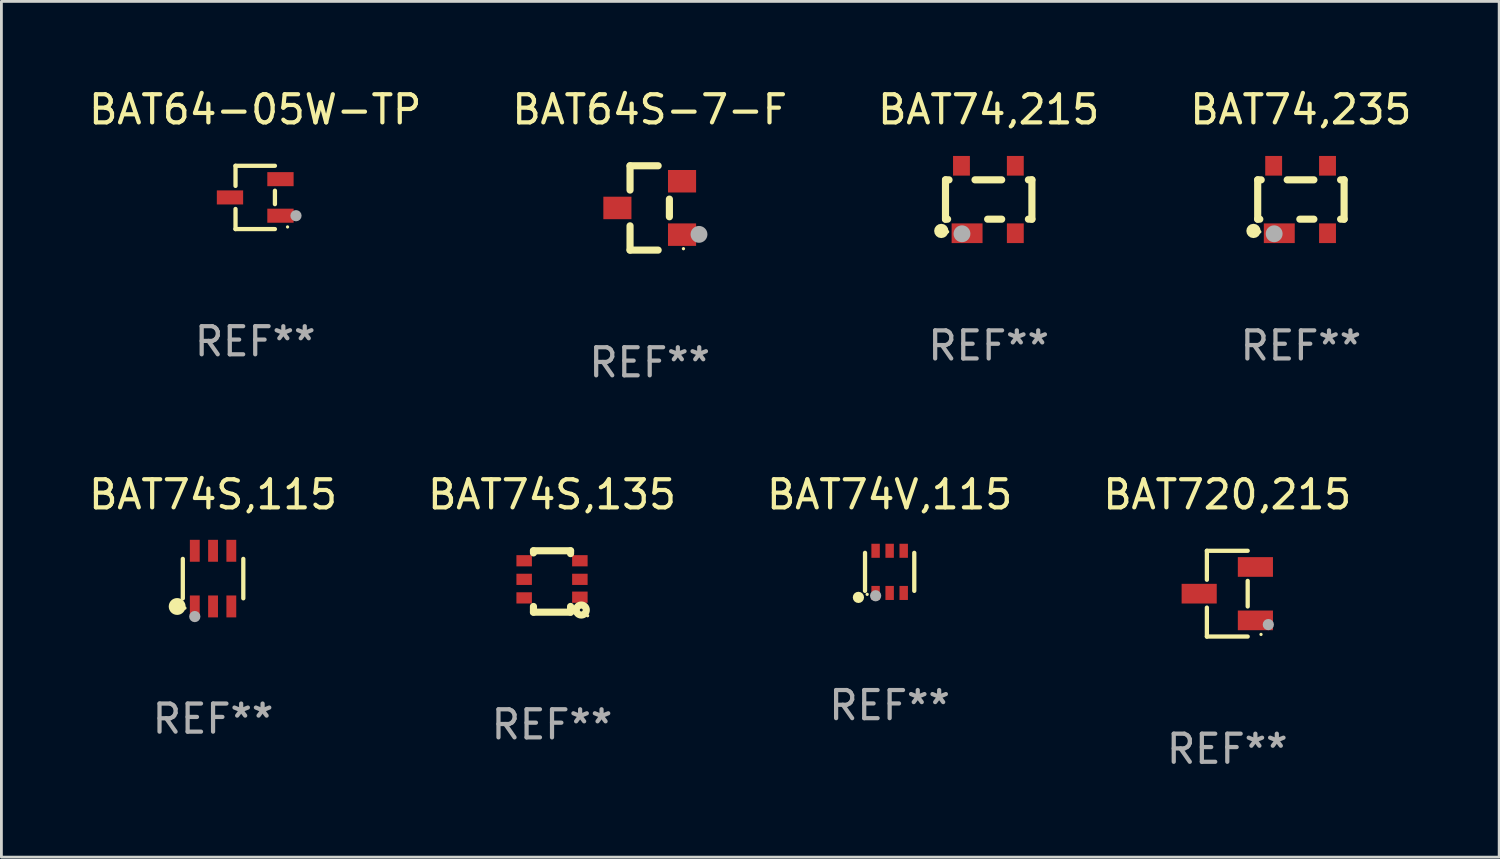
<source format=kicad_pcb>
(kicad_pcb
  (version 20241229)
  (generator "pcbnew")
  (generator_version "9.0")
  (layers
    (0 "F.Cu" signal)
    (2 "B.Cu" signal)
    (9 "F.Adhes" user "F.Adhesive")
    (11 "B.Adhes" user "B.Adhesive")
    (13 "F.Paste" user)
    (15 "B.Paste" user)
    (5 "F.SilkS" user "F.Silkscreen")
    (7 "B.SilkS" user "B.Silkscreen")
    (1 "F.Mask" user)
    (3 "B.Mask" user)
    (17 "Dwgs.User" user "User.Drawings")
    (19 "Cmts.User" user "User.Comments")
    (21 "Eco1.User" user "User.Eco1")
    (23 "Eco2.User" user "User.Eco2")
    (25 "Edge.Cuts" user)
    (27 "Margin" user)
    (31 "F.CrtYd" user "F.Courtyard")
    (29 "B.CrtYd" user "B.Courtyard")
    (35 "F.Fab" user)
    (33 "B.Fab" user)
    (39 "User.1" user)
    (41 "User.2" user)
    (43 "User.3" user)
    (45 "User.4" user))
  (footprint "BAT64-05W-TP"
    (layer "F.Cu")
    (at 6.03 3.974)
    (property "Reference" "BAT64-05W-TP" (at 0 -3.126 0) (layer "F.SilkS") (effects (font (size 1 1) (thickness 0.15))))
    (attr through_hole)
    (fp_line (start -0.701 -1.126) (end -0.701 -0.411) (stroke (width 0.152) (type solid)) (layer "F.SilkS"))
    (fp_line (start -0.701 1.126) (end -0.701 0.411) (stroke (width 0.152) (type solid)) (layer "F.SilkS"))
    (fp_line (start 0.701 -1.126) (end -0.701 -1.126) (stroke (width 0.152) (type solid)) (layer "F.SilkS"))
    (fp_line (start 0.701 -0.239) (end 0.701 0.239) (stroke (width 0.152) (type solid)) (layer "F.SilkS"))
    (fp_line (start 0.701 1.126) (end -0.701 1.126) (stroke (width 0.152) (type solid)) (layer "F.SilkS"))
    (fp_circle (center 1.15 1.05) (end 1.18 1.05) (stroke (width 0.06) (type solid)) (fill no) (layer "F.SilkS"))
    (fp_circle (center 1.45 0.65) (end 1.55 0.65) (stroke (width 0.2) (type solid)) (fill no) (layer "F.Fab"))
    (fp_text user "REF**" (at 0 5.126 0) (layer "F.Fab") (effects (font (size 1 1) (thickness 0.15))))
    (pad "1" smd rect (at 0.898 0.65) (size 0.936 0.5) (layers "F.Cu" "F.Mask" "F.Paste"))
    (pad "2" smd rect (at 0.898 -0.65) (size 0.936 0.5) (layers "F.Cu" "F.Mask" "F.Paste"))
    (pad "3" smd rect (at -0.898 0) (size 0.936 0.5) (layers "F.Cu" "F.Mask" "F.Paste")))
  (footprint "BAT64S-7-F"
    (layer "F.Cu")
    (at 20.065 4.348)
    (property "Reference" "BAT64S-7-F" (at 0 -3.5 0) (layer "F.SilkS") (effects (font (size 1 1) (thickness 0.15))))
    (attr through_hole)
    (fp_line (start -0.7 -1.5) (end 0.3 -1.5) (stroke (width 0.254) (type solid)) (layer "F.SilkS"))
    (fp_line (start -0.7 -0.636) (end -0.7 -1.5) (stroke (width 0.254) (type solid)) (layer "F.SilkS"))
    (fp_line (start -0.7 1.5) (end -0.7 0.636) (stroke (width 0.254) (type solid)) (layer "F.SilkS"))
    (fp_line (start -0.7 1.5) (end 0.3 1.5) (stroke (width 0.254) (type solid)) (layer "F.SilkS"))
    (fp_line (start 0.7 0.314) (end 0.7 -0.314) (stroke (width 0.254) (type solid)) (layer "F.SilkS"))
    (fp_circle (center 1.2 1.45) (end 1.23 1.45) (stroke (width 0.06) (type solid)) (fill no) (layer "F.SilkS"))
    (fp_circle (center 1.753 0.94) (end 1.903 0.94) (stroke (width 0.3) (type solid)) (fill no) (layer "F.Fab"))
    (fp_text user "REF**" (at 0 5.5 0) (layer "F.Fab") (effects (font (size 1 1) (thickness 0.15))))
    (pad "1" smd rect (at 1.15 0.95 180) (size 1 0.8) (layers "F.Cu" "F.Mask" "F.Paste"))
    (pad "2" smd rect (at 1.15 -0.95 180) (size 1 0.8) (layers "F.Cu" "F.Mask" "F.Paste"))
    (pad "3" smd rect (at -1.15 -0.000051 180) (size 1 0.8) (layers "F.Cu" "F.Mask" "F.Paste")))
  (footprint "BAT74,235"
    (layer "F.Cu")
    (at 43.232 4.048)
    (property "Reference" "BAT74,235" (at 0 -3.2 0) (layer "F.SilkS") (effects (font (size 1 1) (thickness 0.15))))
    (attr through_hole)
    (fp_line (start -1.537 -0.7) (end -1.412 -0.7) (stroke (width 0.254) (type solid)) (layer "F.SilkS"))
    (fp_line (start -1.537 0.7) (end -1.537 -0.7) (stroke (width 0.254) (type solid)) (layer "F.SilkS"))
    (fp_line (start -1.537 0.7) (end -1.462 0.7) (stroke (width 0.254) (type solid)) (layer "F.SilkS"))
    (fp_line (start -0.488 -0.7) (end 0.462 -0.7) (stroke (width 0.254) (type solid)) (layer "F.SilkS"))
    (fp_line (start -0.038 0.7) (end 0.462 0.7) (stroke (width 0.254) (type solid)) (layer "F.SilkS"))
    (fp_line (start 1.412 -0.7) (end 1.537 -0.7) (stroke (width 0.254) (type solid)) (layer "F.SilkS"))
    (fp_line (start 1.412 0.7) (end 1.537 0.7) (stroke (width 0.254) (type solid)) (layer "F.SilkS"))
    (fp_line (start 1.537 0.7) (end 1.537 -0.7) (stroke (width 0.254) (type solid)) (layer "F.SilkS"))
    (fp_circle (center -1.687 1.118) (end -1.56 1.118) (stroke (width 0.254) (type solid)) (fill no) (layer "F.SilkS"))
    (fp_circle (center -1.461 1.15) (end -1.431 1.15) (stroke (width 0.06) (type solid)) (fill no) (layer "F.SilkS"))
    (fp_circle (center -0.951 1.219) (end -0.801 1.219) (stroke (width 0.3) (type solid)) (fill no) (layer "F.Fab"))
    (fp_text user "REF**" (at 0 5.2 0) (layer "F.Fab") (effects (font (size 1 1) (thickness 0.15))))
    (pad "1" smd rect (at -0.769 1.2) (size 1.1 0.7) (layers "F.Cu" "F.Mask" "F.Paste"))
    (pad "2" smd rect (at 0.947 1.2) (size 0.6 0.7) (layers "F.Cu" "F.Mask" "F.Paste"))
    (pad "3" smd rect (at 0.947 -1.2) (size 0.6 0.7) (layers "F.Cu" "F.Mask" "F.Paste"))
    (pad "4" smd rect (at -0.969 -1.2) (size 0.6 0.7) (layers "F.Cu" "F.Mask" "F.Paste")))
  (footprint "BAT74V,115"
    (layer "F.Cu")
    (at 28.601 17.295)
    (property "Reference" "BAT74V,115" (at 0 -2.75 0) (layer "F.SilkS") (effects (font (size 1 1) (thickness 0.15))))
    (attr through_hole)
    (fp_line (start -0.876 0.676) (end -0.876 -0.676) (stroke (width 0.152) (type solid)) (layer "F.SilkS"))
    (fp_line (start 0.876 0.676) (end 0.876 -0.676) (stroke (width 0.152) (type solid)) (layer "F.SilkS"))
    (fp_circle (center -1.111 0.908) (end -1.011 0.908) (stroke (width 0.2) (type solid)) (fill no) (layer "F.SilkS"))
    (fp_circle (center -0.8 0.8) (end -0.77 0.8) (stroke (width 0.06) (type solid)) (fill no) (layer "F.SilkS"))
    (fp_circle (center -0.499 0.85) (end -0.399 0.85) (stroke (width 0.2) (type solid)) (fill no) (layer "F.Fab"))
    (fp_text user "REF**" (at 0 4.75 0) (layer "F.Fab") (effects (font (size 1 1) (thickness 0.15))))
    (pad "1" smd rect (at -0.5 0.75) (size 0.3 0.5) (layers "F.Cu" "F.Mask" "F.Paste"))
    (pad "2" smd rect (at 0 0.75) (size 0.3 0.5) (layers "F.Cu" "F.Mask" "F.Paste"))
    (pad "3" smd rect (at 0.5 0.75) (size 0.3 0.5) (layers "F.Cu" "F.Mask" "F.Paste"))
    (pad "4" smd rect (at 0.5 -0.75) (size 0.3 0.5) (layers "F.Cu" "F.Mask" "F.Paste"))
    (pad "5" smd rect (at 0 -0.75) (size 0.3 0.5) (layers "F.Cu" "F.Mask" "F.Paste"))
    (pad "6" smd rect (at -0.5 -0.75) (size 0.3 0.5) (layers "F.Cu" "F.Mask" "F.Paste")))
  (footprint "BAT74S,115"
    (layer "F.Cu")
    (at 4.53 17.535)
    (property "Reference" "BAT74S,115" (at 0 -2.99 0) (layer "F.SilkS") (effects (font (size 1 1) (thickness 0.15))))
    (attr through_hole)
    (fp_line (start -1.076 0.701) (end -1.076 -0.701) (stroke (width 0.152) (type solid)) (layer "F.SilkS"))
    (fp_line (start 1.076 0.701) (end 1.076 -0.701) (stroke (width 0.152) (type solid)) (layer "F.SilkS"))
    (fp_circle (center -1.277 0.992) (end -1.127 0.992) (stroke (width 0.3) (type solid)) (fill no) (layer "F.SilkS"))
    (fp_circle (center -1 1.05) (end -0.97 1.05) (stroke (width 0.06) (type solid)) (fill no) (layer "F.SilkS"))
    (fp_circle (center -0.65 1.35) (end -0.55 1.35) (stroke (width 0.2) (type solid)) (fill no) (layer "F.Fab"))
    (fp_text user "REF**" (at 0 4.99 0) (layer "F.Fab") (effects (font (size 1 1) (thickness 0.15))))
    (pad "1" smd rect (at -0.65 0.99) (size 0.35 0.78) (layers "F.Cu" "F.Mask" "F.Paste"))
    (pad "2" smd rect (at 0 0.99) (size 0.35 0.78) (layers "F.Cu" "F.Mask" "F.Paste"))
    (pad "3" smd rect (at 0.65 0.99) (size 0.35 0.78) (layers "F.Cu" "F.Mask" "F.Paste"))
    (pad "4" smd rect (at 0.65 -0.99) (size 0.35 0.78) (layers "F.Cu" "F.Mask" "F.Paste"))
    (pad "5" smd rect (at 0 -0.99) (size 0.35 0.78) (layers "F.Cu" "F.Mask" "F.Paste"))
    (pad "6" smd rect (at -0.65 -0.99) (size 0.35 0.78) (layers "F.Cu" "F.Mask" "F.Paste")))
  (footprint "BAT720,215"
    (layer "F.Cu")
    (at 40.613 18.071)
    (property "Reference" "BAT720,215" (at 0 -3.526 0) (layer "F.SilkS") (effects (font (size 1 1) (thickness 0.15))))
    (attr through_hole)
    (fp_line (start -0.726 -1.526) (end -0.726 -0.495) (stroke (width 0.152) (type solid)) (layer "F.SilkS"))
    (fp_line (start -0.726 1.526) (end -0.726 0.495) (stroke (width 0.152) (type solid)) (layer "F.SilkS"))
    (fp_line (start 0.726 -1.526) (end -0.726 -1.526) (stroke (width 0.152) (type solid)) (layer "F.SilkS"))
    (fp_line (start 0.726 -0.455) (end 0.726 0.455) (stroke (width 0.152) (type solid)) (layer "F.SilkS"))
    (fp_line (start 0.726 1.526) (end -0.726 1.526) (stroke (width 0.152) (type solid)) (layer "F.SilkS"))
    (fp_circle (center 1.2 1.45) (end 1.23 1.45) (stroke (width 0.06) (type solid)) (fill no) (layer "F.SilkS"))
    (fp_circle (center 1.46 1.1) (end 1.56 1.1) (stroke (width 0.2) (type solid)) (fill no) (layer "F.Fab"))
    (fp_text user "REF**" (at 0 5.526 0) (layer "F.Fab") (effects (font (size 1 1) (thickness 0.15))))
    (pad "1" smd rect (at 1 0.95) (size 1.25 0.7) (layers "F.Cu" "F.Mask" "F.Paste"))
    (pad "2" smd rect (at 1 -0.95) (size 1.25 0.7) (layers "F.Cu" "F.Mask" "F.Paste"))
    (pad "3" smd rect (at -1 0) (size 1.25 0.7) (layers "F.Cu" "F.Mask" "F.Paste")))
  (footprint "BAT74,215"
    (layer "F.Cu")
    (at 32.125 4.048)
    (property "Reference" "BAT74,215" (at 0 -3.2 0) (layer "F.SilkS") (effects (font (size 1 1) (thickness 0.15))))
    (attr through_hole)
    (fp_line (start -1.537 -0.7) (end -1.412 -0.7) (stroke (width 0.254) (type solid)) (layer "F.SilkS"))
    (fp_line (start -1.537 0.7) (end -1.537 -0.7) (stroke (width 0.254) (type solid)) (layer "F.SilkS"))
    (fp_line (start -1.537 0.7) (end -1.462 0.7) (stroke (width 0.254) (type solid)) (layer "F.SilkS"))
    (fp_line (start -0.488 -0.7) (end 0.462 -0.7) (stroke (width 0.254) (type solid)) (layer "F.SilkS"))
    (fp_line (start -0.038 0.7) (end 0.462 0.7) (stroke (width 0.254) (type solid)) (layer "F.SilkS"))
    (fp_line (start 1.412 -0.7) (end 1.537 -0.7) (stroke (width 0.254) (type solid)) (layer "F.SilkS"))
    (fp_line (start 1.412 0.7) (end 1.537 0.7) (stroke (width 0.254) (type solid)) (layer "F.SilkS"))
    (fp_line (start 1.537 0.7) (end 1.537 -0.7) (stroke (width 0.254) (type solid)) (layer "F.SilkS"))
    (fp_circle (center -1.687 1.118) (end -1.56 1.118) (stroke (width 0.254) (type solid)) (fill no) (layer "F.SilkS"))
    (fp_circle (center -1.461 1.15) (end -1.431 1.15) (stroke (width 0.06) (type solid)) (fill no) (layer "F.SilkS"))
    (fp_circle (center -0.951 1.219) (end -0.801 1.219) (stroke (width 0.3) (type solid)) (fill no) (layer "F.Fab"))
    (fp_text user "REF**" (at 0 5.2 0) (layer "F.Fab") (effects (font (size 1 1) (thickness 0.15))))
    (pad "1" smd rect (at -0.769 1.2) (size 1.1 0.7) (layers "F.Cu" "F.Mask" "F.Paste"))
    (pad "2" smd rect (at 0.947 1.2) (size 0.6 0.7) (layers "F.Cu" "F.Mask" "F.Paste"))
    (pad "3" smd rect (at 0.947 -1.2) (size 0.6 0.7) (layers "F.Cu" "F.Mask" "F.Paste"))
    (pad "4" smd rect (at -0.969 -1.2) (size 0.6 0.7) (layers "F.Cu" "F.Mask" "F.Paste")))
  (footprint "BAT74S,135"
    (layer "F.Cu")
    (at 16.589 17.637)
    (property "Reference" "BAT74S,135" (at 0 -3.092 0) (layer "F.SilkS") (effects (font (size 1 1) (thickness 0.15))))
    (attr through_hole)
    (fp_line (start -0.66 -1.092) (end -0.66 -1.016) (stroke (width 0.254) (type solid)) (layer "F.SilkS"))
    (fp_line (start -0.66 1.092) (end -0.66 0.889) (stroke (width 0.254) (type solid)) (layer "F.SilkS"))
    (fp_line (start 0.66 -1.092) (end -0.66 -1.092) (stroke (width 0.254) (type solid)) (layer "F.SilkS"))
    (fp_line (start 0.66 -0.991) (end 0.66 -1.092) (stroke (width 0.254) (type solid)) (layer "F.SilkS"))
    (fp_line (start 0.66 0.889) (end 0.66 1.092) (stroke (width 0.254) (type solid)) (layer "F.SilkS"))
    (fp_line (start 0.66 1.092) (end -0.66 1.092) (stroke (width 0.254) (type solid)) (layer "F.SilkS"))
    (fp_circle (center 1.041 1.016) (end 1.092 1.016) (stroke (width 0.254) (type solid)) (fill no) (layer "F.SilkS"))
    (fp_circle (center 1.266 1.219) (end 1.296 1.219) (stroke (width 0.06) (type solid)) (fill no) (layer "F.SilkS"))
    (fp_text user "REF**" (at 0 5.092 0) (layer "F.Fab") (effects (font (size 1 1) (thickness 0.15))))
    (pad "1" smd rect (at 0.991 0.559 270) (size 0.399 0.551) (layers "F.Cu" "F.Mask" "F.Paste"))
    (pad "2" smd rect (at 0.991 -0.076 270) (size 0.399 0.551) (layers "F.Cu" "F.Mask" "F.Paste"))
    (pad "3" smd rect (at 0.991 -0.737 270) (size 0.399 0.551) (layers "F.Cu" "F.Mask" "F.Paste"))
    (pad "4" smd rect (at -0.991 -0.737 270) (size 0.399 0.551) (layers "F.Cu" "F.Mask" "F.Paste"))
    (pad "5" smd rect (at -0.991 -0.076 270) (size 0.399 0.551) (layers "F.Cu" "F.Mask" "F.Paste"))
    (pad "6" smd rect (at -0.991 0.584 270) (size 0.399 0.551) (layers "F.Cu" "F.Mask" "F.Paste")))
  (gr_rect
    (start -3 -3)
    (end 50.286 27.445)
    (stroke (width 0.1) (type default))
    (fill no)
    (layer "Edge.Cuts")))
</source>
